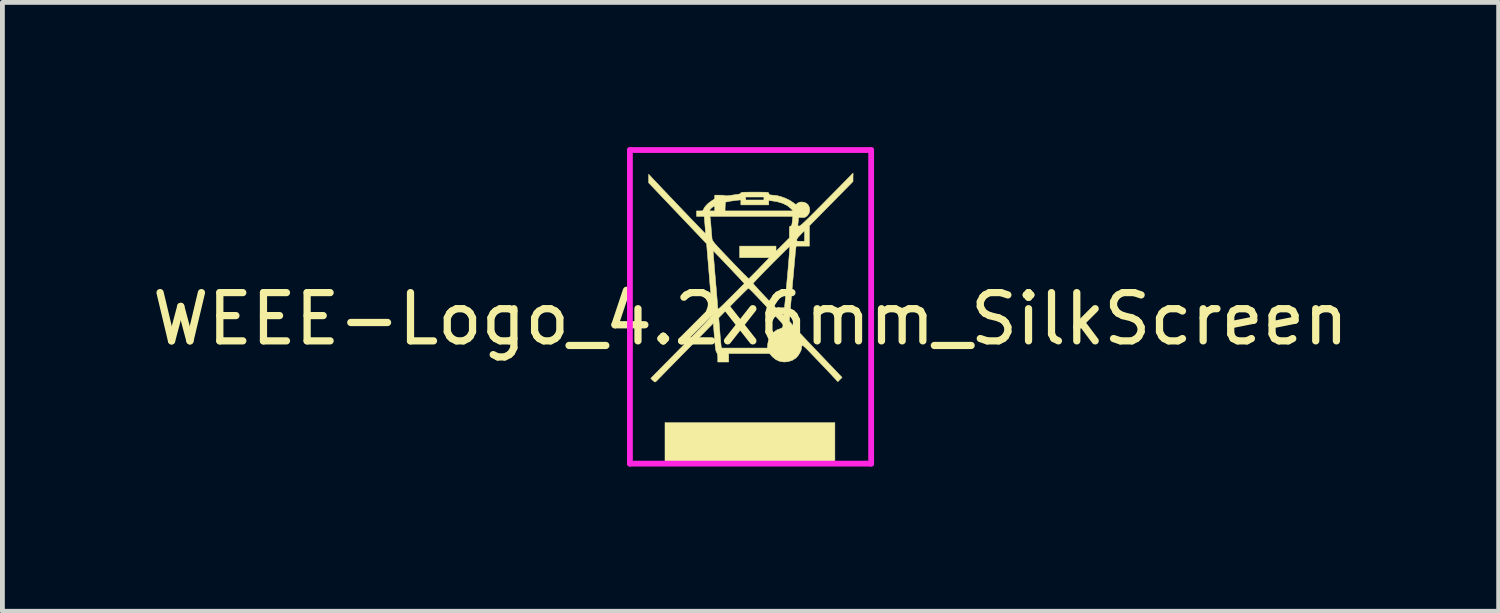
<source format=kicad_pcb>
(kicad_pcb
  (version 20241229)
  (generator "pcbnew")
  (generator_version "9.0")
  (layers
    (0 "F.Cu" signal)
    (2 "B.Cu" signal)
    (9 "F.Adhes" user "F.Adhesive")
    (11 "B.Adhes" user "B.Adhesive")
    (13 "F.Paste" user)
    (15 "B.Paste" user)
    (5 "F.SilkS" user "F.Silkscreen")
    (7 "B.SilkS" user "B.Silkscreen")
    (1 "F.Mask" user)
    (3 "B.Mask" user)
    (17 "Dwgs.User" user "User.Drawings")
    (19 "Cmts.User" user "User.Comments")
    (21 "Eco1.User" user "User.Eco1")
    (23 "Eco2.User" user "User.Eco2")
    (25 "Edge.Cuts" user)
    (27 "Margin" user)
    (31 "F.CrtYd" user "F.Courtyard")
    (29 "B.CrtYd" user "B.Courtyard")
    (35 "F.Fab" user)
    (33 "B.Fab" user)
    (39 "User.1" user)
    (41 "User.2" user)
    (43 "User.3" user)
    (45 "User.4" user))
  (footprint "WEEE-Logo_4.2x6mm_SilkScreen"
    (layer "F.Cu")
    (at 12.506 3.56)
    (property "Reference" "WEEE-Logo_4.2x6mm_SilkScreen" (at 0 0 0) (layer "F.SilkS") (effects (font (size 1 1) (thickness 0.15))))
    (attr exclude_from_pos_files exclude_from_bom)
    (fp_poly (pts (xy 1.748 3.018) (xy -1.773 3.018) (xy -1.773 2.15) (xy 1.748 2.15) (xy 1.748 3.018)) (stroke (width 0.01) (type solid)) (fill yes) (layer "F.SilkS"))
    (fp_poly (pts (xy 2.124 -2.935) (xy 2.124 -2.848) (xy 1.672 -2.389) (xy 1.22 -1.93) (xy 1.22 -1.72) (xy 1.22 -1.509) (xy 0.945 -1.509) (xy 0.938 -1.455) (xy 0.935 -1.431) (xy 0.93 -1.385) (xy 0.924 -1.321) (xy 0.917 -1.24) (xy 0.908 -1.146) (xy 0.899 -1.041) (xy 0.889 -0.929) (xy 0.878 -0.811) (xy 0.867 -0.692) (xy 0.857 -0.572) (xy 0.847 -0.456) (xy 0.837 -0.345) (xy 0.828 -0.243) (xy 0.821 -0.153) (xy 0.814 -0.076) (xy 0.809 -0.017) (xy 0.806 0.024) (xy 0.805 0.042) (xy 0.805 0.042) (xy 0.813 0.056) (xy 0.836 0.086) (xy 0.875 0.131) (xy 0.93 0.193) (xy 1.001 0.27) (xy 1.089 0.365) (xy 1.194 0.476) (xy 1.317 0.605) (xy 1.351 0.641) (xy 1.897 1.213) (xy 1.809 1.301) (xy 1.737 1.224) (xy 1.711 1.196) (xy 1.671 1.152) (xy 1.618 1.096) (xy 1.556 1.031) (xy 1.487 0.958) (xy 1.414 0.882) (xy 1.371 0.837) (xy 1.289 0.751) (xy 1.224 0.683) (xy 1.172 0.63) (xy 1.132 0.592) (xy 1.103 0.567) (xy 1.083 0.554) (xy 1.07 0.552) (xy 1.062 0.56) (xy 1.059 0.575) (xy 1.057 0.598) (xy 1.057 0.604) (xy 1.048 0.647) (xy 1.024 0.699) (xy 0.992 0.751) (xy 0.955 0.796) (xy 0.94 0.81) (xy 0.865 0.859) (xy 0.776 0.886) (xy 0.698 0.893) (xy 0.609 0.881) (xy 0.528 0.845) (xy 0.455 0.787) (xy 0.442 0.772) (xy 0.393 0.717) (xy -0.453 0.717) (xy -0.453 0.893) (xy -0.679 0.893) (xy -0.679 0.811) (xy -0.682 0.754) (xy -0.691 0.715) (xy -0.703 0.694) (xy -0.711 0.679) (xy -0.718 0.657) (xy -0.725 0.625) (xy -0.731 0.58) (xy -0.737 0.518) (xy -0.744 0.436) (xy -0.749 0.375) (xy -0.771 0.089) (xy -1.314 0.639) (xy -1.412 0.738) (xy -1.506 0.834) (xy -1.594 0.924) (xy -1.675 1.006) (xy -1.747 1.08) (xy -1.809 1.143) (xy -1.857 1.193) (xy -1.892 1.228) (xy -1.91 1.248) (xy -1.941 1.279) (xy -1.966 1.301) (xy -1.98 1.308) (xy -1.997 1.299) (xy -2.022 1.278) (xy -2.031 1.27) (xy -2.068 1.232) (xy -1.867 1.028) (xy -1.816 0.976) (xy -1.75 0.909) (xy -1.672 0.83) (xy -1.585 0.742) (xy -1.492 0.648) (xy -1.395 0.551) (xy -1.298 0.453) (xy -1.229 0.383) (xy -1.124 0.277) (xy -1.035 0.186) (xy -0.962 0.111) (xy -0.904 0.05) (xy -0.859 0.001) (xy -0.837 -0.024) (xy -0.659 -0.024) (xy -0.636 0.262) (xy -0.63 0.345) (xy -0.623 0.422) (xy -0.617 0.487) (xy -0.612 0.537) (xy -0.609 0.568) (xy -0.607 0.575) (xy -0.601 0.604) (xy 0.349 0.604) (xy 0.355 0.525) (xy 0.374 0.431) (xy 0.414 0.349) (xy 0.473 0.28) (xy 0.547 0.228) (xy 0.63 0.197) (xy 0.657 0.182) (xy 0.671 0.151) (xy 0.671 0.149) (xy 0.673 0.136) (xy 0.671 0.123) (xy 0.663 0.106) (xy 0.648 0.084) (xy 0.623 0.055) (xy 0.587 0.015) (xy 0.538 -0.038) (xy 0.473 -0.107) (xy 0.468 -0.111) (xy 0.399 -0.184) (xy 0.324 -0.263) (xy 0.251 -0.34) (xy 0.183 -0.412) (xy 0.126 -0.472) (xy 0.113 -0.485) (xy 0.065 -0.536) (xy 0.021 -0.58) (xy -0.013 -0.613) (xy -0.036 -0.633) (xy -0.044 -0.637) (xy -0.056 -0.628) (xy -0.083 -0.603) (xy -0.123 -0.564) (xy -0.175 -0.513) (xy -0.235 -0.453) (xy -0.303 -0.385) (xy -0.358 -0.329) (xy -0.659 -0.024) (xy -0.837 -0.024) (xy -0.827 -0.036) (xy -0.805 -0.062) (xy -0.794 -0.08) (xy -0.792 -0.088) (xy -0.793 -0.106) (xy -0.796 -0.147) (xy -0.8 -0.208) (xy -0.806 -0.287) (xy -0.814 -0.382) (xy -0.823 -0.49) (xy -0.832 -0.609) (xy -0.843 -0.737) (xy -0.851 -0.839) (xy -0.899 -1.415) (xy -0.776 -1.415) (xy -0.775 -1.403) (xy -0.773 -1.368) (xy -0.768 -1.313) (xy -0.763 -1.24) (xy -0.755 -1.152) (xy -0.747 -1.052) (xy -0.738 -0.941) (xy -0.729 -0.836) (xy -0.719 -0.717) (xy -0.709 -0.604) (xy -0.701 -0.501) (xy -0.693 -0.41) (xy -0.687 -0.333) (xy -0.683 -0.274) (xy -0.68 -0.235) (xy -0.679 -0.22) (xy -0.678 -0.211) (xy -0.673 -0.207) (xy -0.663 -0.211) (xy -0.646 -0.223) (xy -0.62 -0.245) (xy -0.583 -0.28) (xy -0.534 -0.328) (xy -0.471 -0.391) (xy -0.403 -0.458) (xy -0.128 -0.734) (xy -0.13 -0.736) (xy 0.053 -0.736) (xy 0.061 -0.724) (xy 0.084 -0.697) (xy 0.12 -0.658) (xy 0.166 -0.607) (xy 0.22 -0.549) (xy 0.28 -0.485) (xy 0.343 -0.419) (xy 0.407 -0.351) (xy 0.47 -0.285) (xy 0.529 -0.224) (xy 0.582 -0.169) (xy 0.626 -0.124) (xy 0.66 -0.09) (xy 0.681 -0.07) (xy 0.686 -0.066) (xy 0.688 -0.079) (xy 0.692 -0.115) (xy 0.698 -0.171) (xy 0.705 -0.246) (xy 0.714 -0.337) (xy 0.724 -0.441) (xy 0.734 -0.557) (xy 0.746 -0.683) (xy 0.755 -0.784) (xy 0.767 -0.916) (xy 0.778 -1.039) (xy 0.787 -1.153) (xy 0.796 -1.255) (xy 0.803 -1.343) (xy 0.808 -1.413) (xy 0.812 -1.465) (xy 0.814 -1.496) (xy 0.814 -1.504) (xy 0.804 -1.497) (xy 0.778 -1.474) (xy 0.74 -1.438) (xy 0.691 -1.39) (xy 0.633 -1.332) (xy 0.569 -1.268) (xy 0.5 -1.2) (xy 0.429 -1.128) (xy 0.359 -1.057) (xy 0.29 -0.987) (xy 0.227 -0.922) (xy 0.17 -0.863) (xy 0.122 -0.812) (xy 0.085 -0.773) (xy 0.061 -0.747) (xy 0.053 -0.736) (xy -0.13 -0.736) (xy -0.23 -0.844) (xy -0.283 -0.9) (xy -0.342 -0.962) (xy -0.404 -1.029) (xy -0.469 -1.097) (xy -0.533 -1.164) (xy -0.594 -1.228) (xy -0.65 -1.287) (xy -0.699 -1.337) (xy -0.737 -1.377) (xy -0.764 -1.404) (xy -0.775 -1.415) (xy -0.776 -1.415) (xy -0.899 -1.415) (xy -0.911 -1.559) (xy -1.512 -2.191) (xy -2.112 -2.822) (xy -2.112 -2.911) (xy -2.112 -2.999) (xy -2.015 -2.895) (xy -1.96 -2.838) (xy -1.896 -2.77) (xy -1.824 -2.693) (xy -1.745 -2.611) (xy -1.662 -2.523) (xy -1.576 -2.433) (xy -1.489 -2.342) (xy -1.403 -2.251) (xy -1.318 -2.163) (xy -1.238 -2.079) (xy -1.163 -2.002) (xy -1.096 -1.932) (xy -1.039 -1.872) (xy -0.992 -1.824) (xy -0.957 -1.789) (xy -0.938 -1.77) (xy -0.933 -1.766) (xy -0.933 -1.779) (xy -0.935 -1.813) (xy -0.938 -1.862) (xy -0.943 -1.923) (xy -0.945 -1.947) (xy -0.96 -2.125) (xy -0.843 -2.125) (xy -0.837 -2.097) (xy -0.834 -2.074) (xy -0.83 -2.032) (xy -0.824 -1.976) (xy -0.819 -1.91) (xy -0.817 -1.886) (xy -0.812 -1.817) (xy -0.806 -1.752) (xy -0.801 -1.698) (xy -0.798 -1.662) (xy -0.797 -1.655) (xy -0.793 -1.642) (xy -0.786 -1.626) (xy -0.773 -1.606) (xy -0.754 -1.58) (xy -0.726 -1.547) (xy -0.688 -1.504) (xy -0.638 -1.45) (xy -0.575 -1.383) (xy -0.497 -1.301) (xy -0.418 -1.218) (xy -0.34 -1.136) (xy -0.266 -1.06) (xy -0.2 -0.992) (xy -0.142 -0.933) (xy -0.095 -0.887) (xy -0.061 -0.853) (xy -0.041 -0.835) (xy -0.037 -0.833) (xy -0.026 -0.842) (xy 0.000029 -0.868) (xy 0.038 -0.906) (xy 0.087 -0.955) (xy 0.142 -1.012) (xy 0.182 -1.053) (xy 0.392 -1.27) (xy -0.226 -1.27) (xy -0.226 -1.509) (xy 0.528 -1.509) (xy 0.528 -1.402) (xy 0.666 -1.54) (xy 0.765 -1.638) (xy 0.956 -1.638) (xy 0.957 -1.623) (xy 0.967 -1.614) (xy 0.989 -1.61) (xy 1.03 -1.61) (xy 1.037 -1.61) (xy 1.119 -1.61) (xy 1.119 -1.829) (xy 1.037 -1.748) (xy 0.991 -1.699) (xy 0.964 -1.661) (xy 0.956 -1.638) (xy 0.765 -1.638) (xy 0.805 -1.678) (xy 0.805 -1.801) (xy 0.805 -1.858) (xy 0.807 -1.893) (xy 0.811 -1.913) (xy 0.818 -1.922) (xy 0.829 -1.924) (xy 0.841 -1.927) (xy 0.85 -1.937) (xy 0.857 -1.96) (xy 0.863 -1.998) (xy 0.869 -2.057) (xy 0.871 -2.078) (xy 0.875 -2.125) (xy -0.843 -2.125) (xy -0.96 -2.125) (xy -1.119 -2.125) (xy -1.119 -2.238) (xy -1.051 -2.238) (xy -1.012 -2.239) (xy -0.99 -2.245) (xy -0.987 -2.248) (xy -0.849 -2.248) (xy -0.841 -2.241) (xy -0.816 -2.238) (xy -0.799 -2.238) (xy -0.742 -2.238) (xy -0.529 -2.238) (xy 0.885 -2.238) (xy 0.837 -2.287) (xy 0.763 -2.348) (xy 0.671 -2.394) (xy 0.56 -2.428) (xy 0.45 -2.446) (xy 0.377 -2.455) (xy 0.377 -2.364) (xy -0.201 -2.364) (xy -0.201 -2.467) (xy -0.286 -2.459) (xy -0.345 -2.451) (xy -0.409 -2.442) (xy -0.446 -2.435) (xy -0.522 -2.42) (xy -0.526 -2.329) (xy -0.529 -2.238) (xy -0.742 -2.238) (xy -0.742 -2.289) (xy -0.744 -2.32) (xy -0.748 -2.338) (xy -0.749 -2.339) (xy -0.768 -2.331) (xy -0.795 -2.311) (xy -0.822 -2.287) (xy -0.841 -2.265) (xy -0.843 -2.262) (xy -0.849 -2.248) (xy -0.987 -2.248) (xy -0.98 -2.257) (xy -0.975 -2.27) (xy -0.958 -2.305) (xy -0.925 -2.347) (xy -0.882 -2.391) (xy -0.834 -2.429) (xy -0.803 -2.449) (xy -0.767 -2.471) (xy -0.749 -2.49) (xy -0.742 -2.511) (xy -0.742 -2.524) (xy -0.742 -2.527) (xy -0.101 -2.527) (xy -0.101 -2.465) (xy 0.277 -2.465) (xy 0.277 -2.527) (xy -0.101 -2.527) (xy -0.742 -2.527) (xy -0.742 -2.565) (xy -0.636 -2.565) (xy -0.587 -2.564) (xy -0.549 -2.561) (xy -0.528 -2.556) (xy -0.526 -2.555) (xy -0.513 -2.552) (xy -0.48 -2.553) (xy -0.434 -2.558) (xy -0.402 -2.562) (xy -0.345 -2.571) (xy -0.293 -2.578) (xy -0.254 -2.584) (xy -0.242 -2.586) (xy -0.212 -2.595) (xy -0.201 -2.61) (xy -0.198 -2.616) (xy -0.186 -2.62) (xy -0.163 -2.624) (xy -0.126 -2.626) (xy -0.072 -2.627) (xy 0.001 -2.628) (xy 0.088 -2.628) (xy 0.181 -2.628) (xy 0.251 -2.627) (xy 0.302 -2.626) (xy 0.337 -2.624) (xy 0.359 -2.621) (xy 0.371 -2.617) (xy 0.376 -2.611) (xy 0.377 -2.604) (xy 0.385 -2.582) (xy 0.41 -2.57) (xy 0.456 -2.565) (xy 0.464 -2.565) (xy 0.542 -2.557) (xy 0.63 -2.535) (xy 0.721 -2.502) (xy 0.807 -2.461) (xy 0.879 -2.414) (xy 0.888 -2.407) (xy 0.919 -2.383) (xy 0.937 -2.373) (xy 0.949 -2.377) (xy 0.962 -2.389) (xy 1 -2.414) (xy 1.05 -2.424) (xy 1.104 -2.419) (xy 1.153 -2.4) (xy 1.191 -2.368) (xy 1.194 -2.365) (xy 1.223 -2.305) (xy 1.228 -2.244) (xy 1.211 -2.186) (xy 1.171 -2.135) (xy 1.166 -2.131) (xy 1.138 -2.111) (xy 1.11 -2.102) (xy 1.07 -2.101) (xy 1.06 -2.102) (xy 1.021 -2.103) (xy 1.001 -2.1) (xy 0.994 -2.09) (xy 0.993 -2.081) (xy 0.992 -2.054) (xy 0.988 -2.014) (xy 0.985 -1.99) (xy 0.981 -1.952) (xy 0.983 -1.932) (xy 0.992 -1.925) (xy 1.009 -1.924) (xy 1.019 -1.927) (xy 1.036 -1.938) (xy 1.059 -1.956) (xy 1.091 -1.985) (xy 1.133 -2.024) (xy 1.186 -2.075) (xy 1.251 -2.139) (xy 1.329 -2.217) (xy 1.422 -2.31) (xy 1.531 -2.42) (xy 1.583 -2.473) (xy 2.125 -3.022) (xy 2.124 -2.935)) (stroke (width 0.01) (type solid)) (fill yes) (layer "F.SilkS"))
    (fp_line (start -2.5 -3.5) (end 2.5 -3.5) (stroke (width 0.12) (type solid)) (layer "F.CrtYd"))
    (fp_line (start -2.5 3) (end -2.5 -3.5) (stroke (width 0.12) (type solid)) (layer "F.CrtYd"))
    (fp_line (start 2.5 -3.5) (end 2.5 3) (stroke (width 0.12) (type solid)) (layer "F.CrtYd"))
    (fp_line (start 2.5 3) (end -2.5 3) (stroke (width 0.12) (type solid)) (layer "F.CrtYd")))
  (gr_rect
    (start -3 -3)
    (end 28.012 9.62)
    (stroke (width 0.1) (type default))
    (fill no)
    (layer "Edge.Cuts")))
</source>
